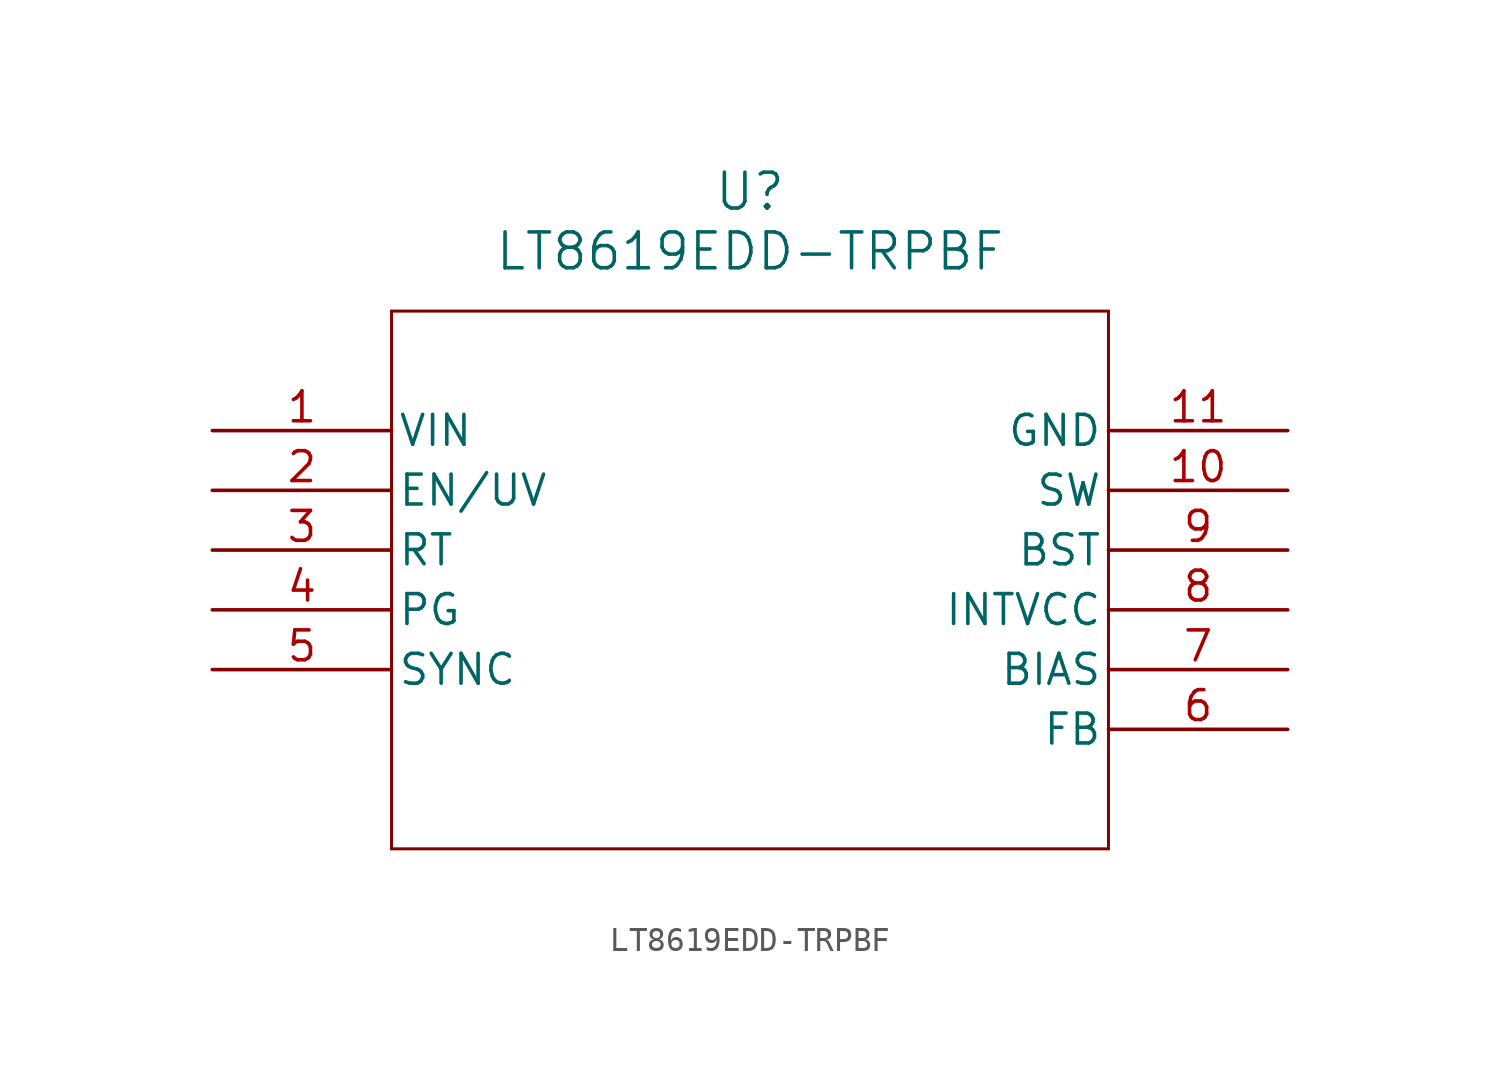
<source format=kicad_sym>
(kicad_symbol_lib
  (version 20211014)
  (generator kicad_symbol_editor)
  (symbol "LT8619EDD-TRPBF"
    (pin_names
      (offset 0.254))
    (property "Reference" "U"
      (at 22.86 10.16 0)
      (effects (font (size 1.524 1.524))))
    (property "Value" "LT8619EDD-TRPBF"
      (at 22.86 7.62 0)
      (effects (font (size 1.524 1.524))))
    (symbol "LT8619EDD-TRPBF_0_1"
      (polyline (pts (xy 7.62 5.08) (xy 7.62 -17.78)) (stroke (width 0.127) (type default) (color 0 0 0 0)) (fill (type none)))
      (polyline (pts (xy 7.62 -17.78) (xy 38.1 -17.78)) (stroke (width 0.127) (type default) (color 0 0 0 0)) (fill (type none)))
      (polyline (pts (xy 38.1 -17.78) (xy 38.1 5.08)) (stroke (width 0.127) (type default) (color 0 0 0 0)) (fill (type none)))
      (polyline (pts (xy 38.1 5.08) (xy 7.62 5.08)) (stroke (width 0.127) (type default) (color 0 0 0 0)) (fill (type none)))
      (pin power_in line (at 0 0 0) (length 7.62) (name "VIN" (effects (font (size 1.27 1.27)))) (number "1" (effects (font (size 1.27 1.27)))))
      (pin unspecified line (at 0 -2.54 0) (length 7.62) (name "EN/UV" (effects (font (size 1.27 1.27)))) (number "2" (effects (font (size 1.27 1.27)))))
      (pin unspecified line (at 0 -5.08 0) (length 7.62) (name "RT" (effects (font (size 1.27 1.27)))) (number "3" (effects (font (size 1.27 1.27)))))
      (pin output line (at 0 -7.62 0) (length 7.62) (name "PG" (effects (font (size 1.27 1.27)))) (number "4" (effects (font (size 1.27 1.27)))))
      (pin input line (at 0 -10.16 0) (length 7.62) (name "SYNC" (effects (font (size 1.27 1.27)))) (number "5" (effects (font (size 1.27 1.27)))))
      (pin unspecified line (at 45.72 -12.7 180) (length 7.62) (name "FB" (effects (font (size 1.27 1.27)))) (number "6" (effects (font (size 1.27 1.27)))))
      (pin power_in line (at 45.72 -10.16 180) (length 7.62) (name "BIAS" (effects (font (size 1.27 1.27)))) (number "7" (effects (font (size 1.27 1.27)))))
      (pin power_in line (at 45.72 -7.62 180) (length 7.62) (name "INTVCC" (effects (font (size 1.27 1.27)))) (number "8" (effects (font (size 1.27 1.27)))))
      (pin power_in line (at 45.72 -5.08 180) (length 7.62) (name "BST" (effects (font (size 1.27 1.27)))) (number "9" (effects (font (size 1.27 1.27)))))
      (pin power_in line (at 45.72 -2.54 180) (length 7.62) (name "SW" (effects (font (size 1.27 1.27)))) (number "10" (effects (font (size 1.27 1.27)))))
      (pin power_out line (at 45.72 0 180) (length 7.62) (name "GND" (effects (font (size 1.27 1.27)))) (number "11" (effects (font (size 1.27 1.27))))))))
</source>
